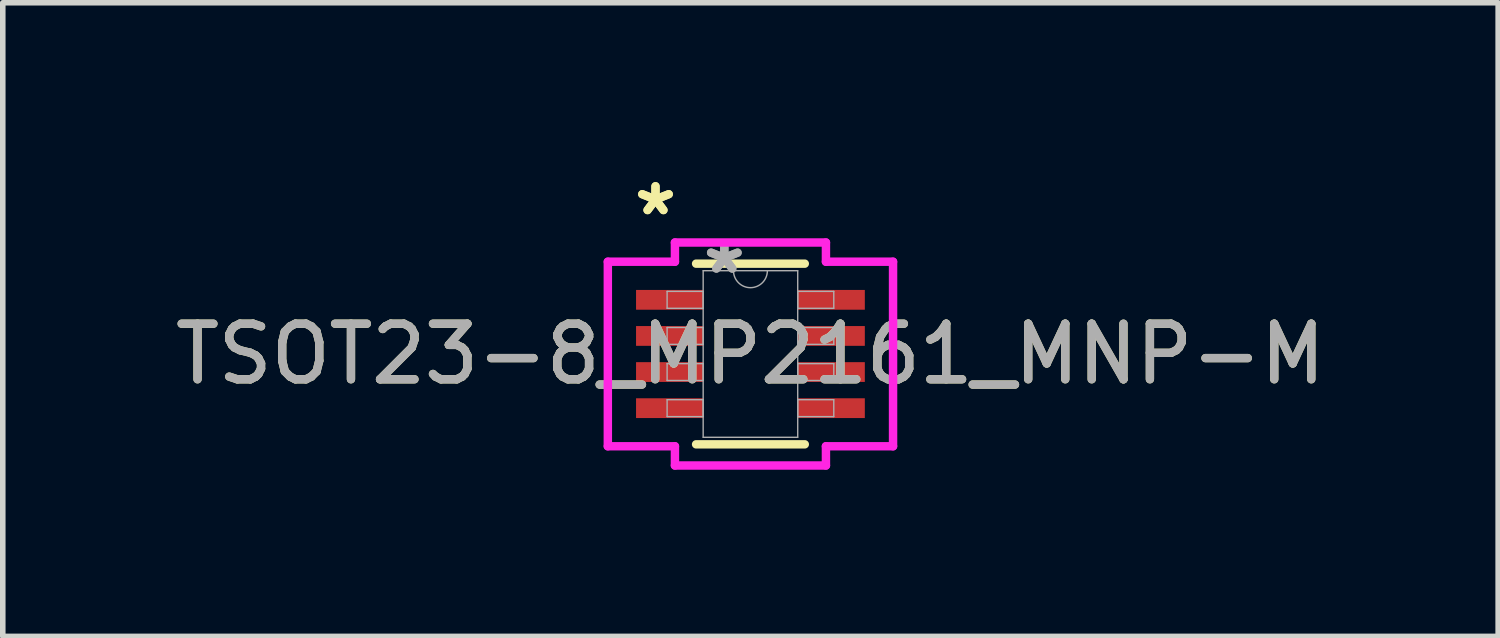
<source format=kicad_pcb>
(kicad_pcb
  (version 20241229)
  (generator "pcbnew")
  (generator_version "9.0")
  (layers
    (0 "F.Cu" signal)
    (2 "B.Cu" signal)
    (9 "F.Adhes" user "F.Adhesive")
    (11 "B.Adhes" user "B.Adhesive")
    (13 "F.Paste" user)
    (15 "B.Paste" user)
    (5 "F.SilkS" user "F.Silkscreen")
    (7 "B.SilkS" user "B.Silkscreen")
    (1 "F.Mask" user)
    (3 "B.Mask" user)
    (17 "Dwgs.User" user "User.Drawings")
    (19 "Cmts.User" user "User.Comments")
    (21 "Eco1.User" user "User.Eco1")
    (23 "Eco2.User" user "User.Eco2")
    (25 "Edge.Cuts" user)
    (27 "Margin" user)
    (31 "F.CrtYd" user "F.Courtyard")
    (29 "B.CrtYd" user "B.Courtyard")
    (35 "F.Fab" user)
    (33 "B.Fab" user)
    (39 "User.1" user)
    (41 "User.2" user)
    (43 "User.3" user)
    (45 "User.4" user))
  (footprint "TSOT23-8_MP2161_MNP-M"
    (layer "F.Cu")
    (at 10.458 3.322)
    (property "Reference" "TSOT23-8_MP2161_MNP-M" (at 0 0 0) (unlocked yes) (layer "F.SilkS") (effects (font (size 1 1) (thickness 0.15))))
    (attr smd)
    (fp_line (start -0.978 1.626) (end 0.978 1.626) (stroke (width 0.152) (type solid)) (layer "F.SilkS"))
    (fp_line (start 0.978 -1.626) (end -0.978 -1.626) (stroke (width 0.152) (type solid)) (layer "F.SilkS"))
    (fp_line (start -2.567 -1.661) (end -1.359 -1.661) (stroke (width 0.152) (type solid)) (layer "F.CrtYd"))
    (fp_line (start -2.567 1.661) (end -2.567 -1.661) (stroke (width 0.152) (type solid)) (layer "F.CrtYd"))
    (fp_line (start -2.567 1.661) (end -1.359 1.661) (stroke (width 0.152) (type solid)) (layer "F.CrtYd"))
    (fp_line (start -1.359 -2.007) (end 1.359 -2.007) (stroke (width 0.152) (type solid)) (layer "F.CrtYd"))
    (fp_line (start -1.359 -1.661) (end -1.359 -2.007) (stroke (width 0.152) (type solid)) (layer "F.CrtYd"))
    (fp_line (start -1.359 2.007) (end -1.359 1.661) (stroke (width 0.152) (type solid)) (layer "F.CrtYd"))
    (fp_line (start 1.359 -2.007) (end 1.359 -1.661) (stroke (width 0.152) (type solid)) (layer "F.CrtYd"))
    (fp_line (start 1.359 1.661) (end 1.359 2.007) (stroke (width 0.152) (type solid)) (layer "F.CrtYd"))
    (fp_line (start 1.359 2.007) (end -1.359 2.007) (stroke (width 0.152) (type solid)) (layer "F.CrtYd"))
    (fp_line (start 2.567 -1.661) (end 1.359 -1.661) (stroke (width 0.152) (type solid)) (layer "F.CrtYd"))
    (fp_line (start 2.567 -1.661) (end 2.567 1.661) (stroke (width 0.152) (type solid)) (layer "F.CrtYd"))
    (fp_line (start 2.567 1.661) (end 1.359 1.661) (stroke (width 0.152) (type solid)) (layer "F.CrtYd"))
    (fp_line (start -1.5 -1.127) (end -1.5 -0.823) (stroke (width 0.025) (type solid)) (layer "F.Fab"))
    (fp_line (start -1.5 -0.823) (end -0.851 -0.823) (stroke (width 0.025) (type solid)) (layer "F.Fab"))
    (fp_line (start -1.5 -0.477) (end -1.5 -0.173) (stroke (width 0.025) (type solid)) (layer "F.Fab"))
    (fp_line (start -1.5 -0.173) (end -0.851 -0.173) (stroke (width 0.025) (type solid)) (layer "F.Fab"))
    (fp_line (start -1.5 0.173) (end -1.5 0.477) (stroke (width 0.025) (type solid)) (layer "F.Fab"))
    (fp_line (start -1.5 0.477) (end -0.851 0.477) (stroke (width 0.025) (type solid)) (layer "F.Fab"))
    (fp_line (start -1.5 0.823) (end -1.5 1.127) (stroke (width 0.025) (type solid)) (layer "F.Fab"))
    (fp_line (start -1.5 1.127) (end -0.851 1.127) (stroke (width 0.025) (type solid)) (layer "F.Fab"))
    (fp_line (start -0.851 -1.499) (end -0.851 1.499) (stroke (width 0.025) (type solid)) (layer "F.Fab"))
    (fp_line (start -0.851 -1.127) (end -1.5 -1.127) (stroke (width 0.025) (type solid)) (layer "F.Fab"))
    (fp_line (start -0.851 -0.823) (end -0.851 -1.127) (stroke (width 0.025) (type solid)) (layer "F.Fab"))
    (fp_line (start -0.851 -0.477) (end -1.5 -0.477) (stroke (width 0.025) (type solid)) (layer "F.Fab"))
    (fp_line (start -0.851 -0.173) (end -0.851 -0.477) (stroke (width 0.025) (type solid)) (layer "F.Fab"))
    (fp_line (start -0.851 0.173) (end -1.5 0.173) (stroke (width 0.025) (type solid)) (layer "F.Fab"))
    (fp_line (start -0.851 0.477) (end -0.851 0.173) (stroke (width 0.025) (type solid)) (layer "F.Fab"))
    (fp_line (start -0.851 0.823) (end -1.5 0.823) (stroke (width 0.025) (type solid)) (layer "F.Fab"))
    (fp_line (start -0.851 1.127) (end -0.851 0.823) (stroke (width 0.025) (type solid)) (layer "F.Fab"))
    (fp_line (start -0.851 1.499) (end 0.851 1.499) (stroke (width 0.025) (type solid)) (layer "F.Fab"))
    (fp_line (start 0.851 -1.499) (end -0.851 -1.499) (stroke (width 0.025) (type solid)) (layer "F.Fab"))
    (fp_line (start 0.851 -1.127) (end 0.851 -0.823) (stroke (width 0.025) (type solid)) (layer "F.Fab"))
    (fp_line (start 0.851 -0.823) (end 1.5 -0.823) (stroke (width 0.025) (type solid)) (layer "F.Fab"))
    (fp_line (start 0.851 -0.477) (end 0.851 -0.173) (stroke (width 0.025) (type solid)) (layer "F.Fab"))
    (fp_line (start 0.851 -0.173) (end 1.5 -0.173) (stroke (width 0.025) (type solid)) (layer "F.Fab"))
    (fp_line (start 0.851 0.173) (end 0.851 0.477) (stroke (width 0.025) (type solid)) (layer "F.Fab"))
    (fp_line (start 0.851 0.477) (end 1.5 0.477) (stroke (width 0.025) (type solid)) (layer "F.Fab"))
    (fp_line (start 0.851 0.823) (end 0.851 1.127) (stroke (width 0.025) (type solid)) (layer "F.Fab"))
    (fp_line (start 0.851 1.127) (end 1.5 1.127) (stroke (width 0.025) (type solid)) (layer "F.Fab"))
    (fp_line (start 0.851 1.499) (end 0.851 -1.499) (stroke (width 0.025) (type solid)) (layer "F.Fab"))
    (fp_line (start 1.5 -1.127) (end 0.851 -1.127) (stroke (width 0.025) (type solid)) (layer "F.Fab"))
    (fp_line (start 1.5 -0.823) (end 1.5 -1.127) (stroke (width 0.025) (type solid)) (layer "F.Fab"))
    (fp_line (start 1.5 -0.477) (end 0.851 -0.477) (stroke (width 0.025) (type solid)) (layer "F.Fab"))
    (fp_line (start 1.5 -0.173) (end 1.5 -0.477) (stroke (width 0.025) (type solid)) (layer "F.Fab"))
    (fp_line (start 1.5 0.173) (end 0.851 0.173) (stroke (width 0.025) (type solid)) (layer "F.Fab"))
    (fp_line (start 1.5 0.477) (end 1.5 0.173) (stroke (width 0.025) (type solid)) (layer "F.Fab"))
    (fp_line (start 1.5 0.823) (end 0.851 0.823) (stroke (width 0.025) (type solid)) (layer "F.Fab"))
    (fp_line (start 1.5 1.127) (end 1.5 0.823) (stroke (width 0.025) (type solid)) (layer "F.Fab"))
    (fp_arc (start 0.3048 -1.4986) (mid 0 -1.1938) (end -0.3048 -1.4986) (stroke (width 0.0254) (type solid)) (layer "F.Fab"))
    (fp_text user "*" (at -1.709 -2.474 0) (layer "F.SilkS") (effects (font (size 1 1) (thickness 0.15))))
    (fp_text user "*" (at -1.709 -2.474 0) (unlocked yes) (layer "F.SilkS") (effects (font (size 1 1) (thickness 0.15))))
    (fp_text user "*" (at -0.47 -1.422 0) (unlocked yes) (layer "F.Fab") (effects (font (size 1 1) (thickness 0.15))))
    (fp_text user "${REFERENCE}" (at 0 0 0) (unlocked yes) (layer "F.Fab") (effects (font (size 1 1) (thickness 0.15))))
    (fp_text user "*" (at -0.47 -1.422 0) (layer "F.Fab") (effects (font (size 1 1) (thickness 0.15))))
    (pad "1" smd rect (at -1.455 -0.975) (size 1.208 0.356) (layers "F.Cu" "F.Mask" "F.Paste"))
    (pad "2" smd rect (at -1.455 -0.325) (size 1.208 0.356) (layers "F.Cu" "F.Mask" "F.Paste"))
    (pad "3" smd rect (at -1.455 0.325) (size 1.208 0.356) (layers "F.Cu" "F.Mask" "F.Paste"))
    (pad "4" smd rect (at -1.455 0.975) (size 1.208 0.356) (layers "F.Cu" "F.Mask" "F.Paste"))
    (pad "5" smd rect (at 1.455 0.975) (size 1.208 0.356) (layers "F.Cu" "F.Mask" "F.Paste"))
    (pad "6" smd rect (at 1.455 0.325) (size 1.208 0.356) (layers "F.Cu" "F.Mask" "F.Paste"))
    (pad "7" smd rect (at 1.455 -0.325) (size 1.208 0.356) (layers "F.Cu" "F.Mask" "F.Paste"))
    (pad "8" smd rect (at 1.455 -0.975) (size 1.208 0.356) (layers "F.Cu" "F.Mask" "F.Paste")))
  (gr_rect
    (start -3 -3)
    (end 23.917 8.405)
    (stroke (width 0.1) (type default))
    (fill no)
    (layer "Edge.Cuts")))
</source>
